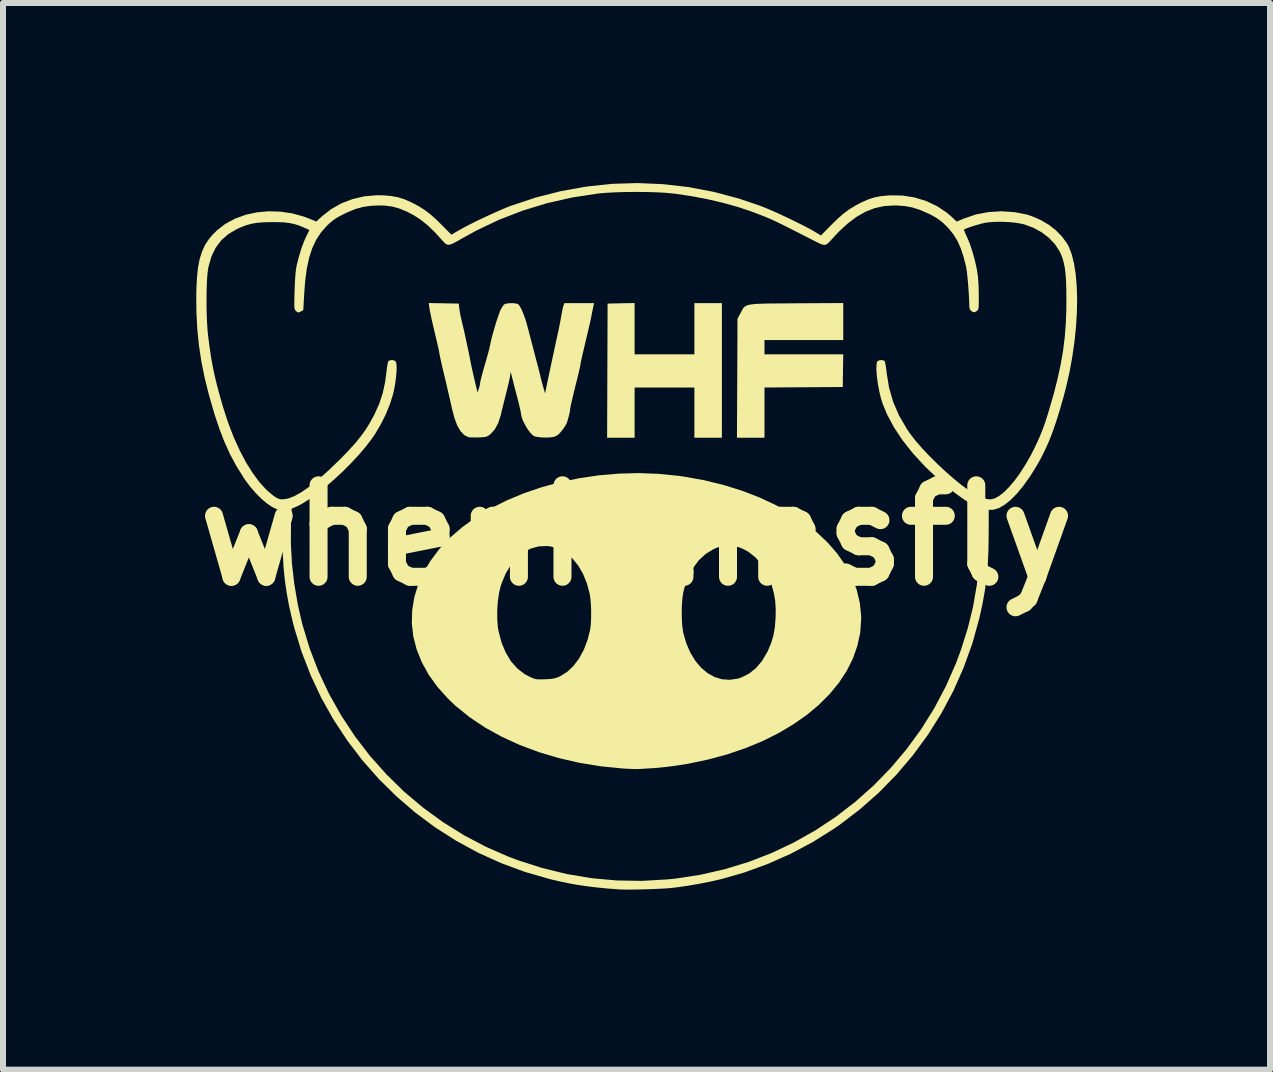
<source format=kicad_pcb>
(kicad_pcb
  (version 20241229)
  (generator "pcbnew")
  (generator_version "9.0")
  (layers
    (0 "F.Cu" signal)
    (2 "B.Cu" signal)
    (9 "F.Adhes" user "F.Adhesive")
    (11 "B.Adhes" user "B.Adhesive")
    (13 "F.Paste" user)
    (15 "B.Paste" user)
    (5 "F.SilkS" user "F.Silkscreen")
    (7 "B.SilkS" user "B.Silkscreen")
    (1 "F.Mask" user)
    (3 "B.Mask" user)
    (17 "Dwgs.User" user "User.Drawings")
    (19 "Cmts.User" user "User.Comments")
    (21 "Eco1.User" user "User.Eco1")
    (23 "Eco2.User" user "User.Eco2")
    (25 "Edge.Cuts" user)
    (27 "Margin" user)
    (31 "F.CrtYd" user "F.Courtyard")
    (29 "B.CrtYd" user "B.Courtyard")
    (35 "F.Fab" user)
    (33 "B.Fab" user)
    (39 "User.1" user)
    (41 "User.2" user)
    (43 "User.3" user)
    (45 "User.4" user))
  (footprint "whenhamsfly"
    (layer "F.Cu")
    (at 7.555 5.87)
    (property "Reference" "whenhamsfly" (at 0 0 0) (layer "F.SilkS") (effects (font (size 1.524 1.524) (thickness 0.3))))
    (attr board_only exclude_from_pos_files exclude_from_bom)
    (fp_poly (pts (xy -0.032 -3.017) (xy 0.964 -3.017) (xy 0.964 -3.87) (xy 1.422 -3.87) (xy 1.422 -1.627) (xy 0.964 -1.627) (xy 0.964 -2.464) (xy -0.032 -2.464) (xy -0.032 -1.627) (xy -0.49 -1.627) (xy -0.486 -2.745) (xy -0.482 -3.862) (xy -0.257 -3.867) (xy -0.032 -3.871)) (stroke (width 0) (type solid)) (fill yes) (layer "F.SilkS"))
    (fp_poly (pts (xy 3.444 -3.254) (xy 2.132 -3.254) (xy 2.132 -3.017) (xy 3.444 -3.017) (xy 3.44 -2.745) (xy 3.436 -2.472) (xy 2.784 -2.468) (xy 2.132 -2.464) (xy 2.132 -1.627) (xy 1.673 -1.627) (xy 1.678 -2.618) (xy 1.682 -3.609) (xy 1.733 -3.705) (xy 1.751 -3.739) (xy 1.767 -3.768) (xy 1.784 -3.792) (xy 1.803 -3.811) (xy 1.829 -3.827) (xy 1.864 -3.839) (xy 1.91 -3.848) (xy 1.97 -3.855) (xy 2.047 -3.859) (xy 2.143 -3.862) (xy 2.262 -3.864) (xy 2.405 -3.865) (xy 2.576 -3.866) (xy 2.666 -3.867) (xy 3.444 -3.871)) (stroke (width 0) (type solid)) (fill yes) (layer "F.SilkS"))
    (fp_poly (pts (xy 0.375 -1.025) (xy 0.709 -0.991) (xy 0.795 -0.979) (xy 1.132 -0.918) (xy 1.453 -0.839) (xy 1.758 -0.744) (xy 2.046 -0.633) (xy 2.315 -0.508) (xy 2.565 -0.369) (xy 2.794 -0.218) (xy 3.001 -0.054) (xy 3.185 0.12) (xy 3.345 0.304) (xy 3.48 0.498) (xy 3.588 0.699) (xy 3.669 0.908) (xy 3.72 1.123) (xy 3.742 1.343) (xy 3.743 1.396) (xy 3.727 1.619) (xy 3.68 1.838) (xy 3.605 2.051) (xy 3.502 2.257) (xy 3.372 2.455) (xy 3.217 2.644) (xy 3.037 2.824) (xy 2.834 2.993) (xy 2.609 3.15) (xy 2.363 3.296) (xy 2.098 3.428) (xy 1.814 3.545) (xy 1.512 3.648) (xy 1.195 3.734) (xy 0.862 3.804) (xy 0.656 3.837) (xy 0.558 3.85) (xy 0.454 3.862) (xy 0.356 3.872) (xy 0.277 3.878) (xy 0.276 3.878) (xy 0.2 3.882) (xy 0.126 3.887) (xy 0.067 3.891) (xy 0.047 3.892) (xy 0.003 3.893) (xy -0.063 3.892) (xy -0.142 3.888) (xy -0.221 3.884) (xy -0.589 3.848) (xy -0.948 3.79) (xy -1.295 3.71) (xy -1.628 3.611) (xy -1.946 3.492) (xy -2.245 3.355) (xy -2.524 3.201) (xy -2.781 3.029) (xy -3.013 2.842) (xy -3.143 2.718) (xy -3.318 2.523) (xy -3.463 2.321) (xy -3.578 2.113) (xy -3.663 1.901) (xy -3.719 1.684) (xy -3.744 1.466) (xy -3.738 1.258) (xy -2.321 1.258) (xy -2.32 1.402) (xy -2.31 1.533) (xy -2.299 1.595) (xy -2.249 1.785) (xy -2.179 1.953) (xy -2.092 2.098) (xy -1.986 2.217) (xy -1.864 2.311) (xy -1.799 2.346) (xy -1.744 2.372) (xy -1.702 2.388) (xy -1.663 2.397) (xy -1.615 2.399) (xy -1.55 2.398) (xy -1.524 2.397) (xy -1.444 2.393) (xy -1.385 2.385) (xy -1.335 2.373) (xy -1.286 2.353) (xy -1.272 2.346) (xy -1.156 2.274) (xy -1.05 2.174) (xy -0.957 2.05) (xy -0.878 1.904) (xy -0.815 1.738) (xy -0.773 1.572) (xy -0.763 1.494) (xy -0.757 1.394) (xy -0.756 1.283) (xy -0.756 1.274) (xy 0.753 1.274) (xy 0.755 1.397) (xy 0.762 1.512) (xy 0.776 1.607) (xy 0.779 1.625) (xy 0.83 1.8) (xy 0.898 1.956) (xy 0.981 2.092) (xy 1.077 2.205) (xy 1.183 2.294) (xy 1.3 2.359) (xy 1.423 2.397) (xy 1.552 2.406) (xy 1.684 2.387) (xy 1.747 2.367) (xy 1.875 2.303) (xy 1.99 2.211) (xy 2.091 2.091) (xy 2.178 1.944) (xy 2.188 1.924) (xy 2.242 1.796) (xy 2.28 1.669) (xy 2.304 1.534) (xy 2.317 1.378) (xy 2.317 1.374) (xy 2.319 1.223) (xy 2.31 1.089) (xy 2.288 0.962) (xy 2.252 0.829) (xy 2.241 0.798) (xy 2.173 0.632) (xy 2.087 0.488) (xy 1.984 0.369) (xy 1.866 0.275) (xy 1.788 0.232) (xy 1.734 0.208) (xy 1.689 0.193) (xy 1.642 0.185) (xy 1.581 0.182) (xy 1.532 0.182) (xy 1.458 0.183) (xy 1.403 0.187) (xy 1.359 0.198) (xy 1.312 0.216) (xy 1.279 0.231) (xy 1.151 0.31) (xy 1.037 0.415) (xy 0.94 0.546) (xy 0.86 0.7) (xy 0.798 0.875) (xy 0.779 0.95) (xy 0.765 1.04) (xy 0.756 1.152) (xy 0.753 1.274) (xy -0.756 1.274) (xy -0.759 1.171) (xy -0.767 1.067) (xy -0.779 0.982) (xy -0.779 0.979) (xy -0.826 0.803) (xy -0.89 0.644) (xy -0.97 0.505) (xy -1.065 0.388) (xy -1.172 0.294) (xy -1.29 0.227) (xy -1.417 0.187) (xy -1.491 0.177) (xy -1.63 0.183) (xy -1.761 0.219) (xy -1.883 0.283) (xy -1.994 0.374) (xy -2.093 0.491) (xy -2.178 0.632) (xy -2.247 0.796) (xy -2.268 0.861) (xy -2.294 0.978) (xy -2.312 1.114) (xy -2.321 1.258) (xy -3.738 1.258) (xy -3.738 1.247) (xy -3.702 1.028) (xy -3.635 0.811) (xy -3.537 0.597) (xy -3.434 0.425) (xy -3.283 0.224) (xy -3.104 0.035) (xy -2.9 -0.14) (xy -2.673 -0.303) (xy -2.426 -0.451) (xy -2.16 -0.584) (xy -1.877 -0.702) (xy -1.58 -0.803) (xy -1.272 -0.887) (xy -0.953 -0.953) (xy -0.627 -1.001) (xy -0.296 -1.029) (xy 0.039 -1.038)) (stroke (width 0) (type solid)) (fill yes) (layer "F.SilkS"))
    (fp_poly (pts (xy -2.962 -3.862) (xy -2.952 -3.775) (xy -2.943 -3.716) (xy -2.928 -3.642) (xy -2.911 -3.568) (xy -2.91 -3.562) (xy -2.892 -3.487) (xy -2.869 -3.389) (xy -2.845 -3.278) (xy -2.82 -3.162) (xy -2.796 -3.049) (xy -2.776 -2.949) (xy -2.765 -2.891) (xy -2.754 -2.835) (xy -2.737 -2.758) (xy -2.718 -2.671) (xy -2.698 -2.585) (xy -2.649 -2.381) (xy -2.628 -2.443) (xy -2.614 -2.49) (xy -2.607 -2.529) (xy -2.606 -2.535) (xy -2.604 -2.553) (xy -2.597 -2.585) (xy -2.585 -2.634) (xy -2.567 -2.702) (xy -2.542 -2.792) (xy -2.509 -2.907) (xy -2.471 -3.041) (xy -2.454 -3.107) (xy -2.438 -3.178) (xy -2.434 -3.199) (xy -2.419 -3.266) (xy -2.396 -3.353) (xy -2.369 -3.449) (xy -2.34 -3.547) (xy -2.31 -3.637) (xy -2.284 -3.711) (xy -2.27 -3.747) (xy -2.243 -3.797) (xy -2.216 -3.836) (xy -2.198 -3.853) (xy -2.159 -3.864) (xy -2.104 -3.869) (xy -2.045 -3.868) (xy -1.996 -3.861) (xy -1.97 -3.85) (xy -1.945 -3.819) (xy -1.915 -3.763) (xy -1.883 -3.687) (xy -1.851 -3.598) (xy -1.822 -3.5) (xy -1.813 -3.467) (xy -1.796 -3.4) (xy -1.772 -3.31) (xy -1.745 -3.206) (xy -1.717 -3.098) (xy -1.693 -3.009) (xy -1.668 -2.91) (xy -1.643 -2.817) (xy -1.622 -2.735) (xy -1.606 -2.67) (xy -1.597 -2.63) (xy -1.581 -2.568) (xy -1.562 -2.497) (xy -1.551 -2.459) (xy -1.524 -2.367) (xy -1.472 -2.617) (xy -1.438 -2.777) (xy -1.401 -2.951) (xy -1.363 -3.127) (xy -1.327 -3.294) (xy -1.301 -3.412) (xy -1.287 -3.479) (xy -1.271 -3.561) (xy -1.257 -3.641) (xy -1.255 -3.651) (xy -1.243 -3.719) (xy -1.23 -3.779) (xy -1.22 -3.821) (xy -1.217 -3.829) (xy -1.201 -3.87) (xy -0.707 -3.87) (xy -0.717 -3.827) (xy -0.725 -3.79) (xy -0.736 -3.734) (xy -0.749 -3.669) (xy -0.75 -3.661) (xy -0.761 -3.607) (xy -0.778 -3.53) (xy -0.8 -3.436) (xy -0.824 -3.332) (xy -0.85 -3.226) (xy -0.853 -3.213) (xy -0.876 -3.114) (xy -0.897 -3.025) (xy -0.914 -2.95) (xy -0.926 -2.895) (xy -0.932 -2.863) (xy -0.932 -2.859) (xy -0.936 -2.836) (xy -0.946 -2.787) (xy -0.962 -2.717) (xy -0.983 -2.631) (xy -1.007 -2.534) (xy -1.019 -2.486) (xy -1.044 -2.384) (xy -1.066 -2.291) (xy -1.085 -2.212) (xy -1.098 -2.151) (xy -1.105 -2.114) (xy -1.106 -2.106) (xy -1.11 -2.068) (xy -1.122 -2.011) (xy -1.139 -1.948) (xy -1.156 -1.889) (xy -1.166 -1.864) (xy -1.184 -1.83) (xy -1.214 -1.784) (xy -1.246 -1.742) (xy -1.292 -1.69) (xy -1.335 -1.658) (xy -1.378 -1.642) (xy -1.432 -1.633) (xy -1.501 -1.63) (xy -1.575 -1.632) (xy -1.643 -1.638) (xy -1.695 -1.649) (xy -1.715 -1.658) (xy -1.76 -1.698) (xy -1.808 -1.76) (xy -1.853 -1.834) (xy -1.892 -1.911) (xy -1.918 -1.983) (xy -1.926 -2.035) (xy -1.931 -2.063) (xy -1.942 -2.115) (xy -1.958 -2.184) (xy -1.978 -2.263) (xy -1.984 -2.287) (xy -2.008 -2.377) (xy -2.032 -2.468) (xy -2.052 -2.548) (xy -2.067 -2.609) (xy -2.069 -2.614) (xy -2.096 -2.725) (xy -2.107 -2.652) (xy -2.115 -2.61) (xy -2.129 -2.545) (xy -2.148 -2.466) (xy -2.169 -2.381) (xy -2.174 -2.36) (xy -2.198 -2.266) (xy -2.222 -2.17) (xy -2.244 -2.081) (xy -2.26 -2.011) (xy -2.261 -2.006) (xy -2.303 -1.874) (xy -2.361 -1.767) (xy -2.434 -1.686) (xy -2.445 -1.677) (xy -2.477 -1.656) (xy -2.508 -1.643) (xy -2.55 -1.636) (xy -2.61 -1.633) (xy -2.637 -1.632) (xy -2.703 -1.632) (xy -2.759 -1.633) (xy -2.797 -1.636) (xy -2.804 -1.638) (xy -2.871 -1.672) (xy -2.932 -1.736) (xy -2.987 -1.831) (xy -3.034 -1.955) (xy -3.074 -2.109) (xy -3.074 -2.109) (xy -3.09 -2.182) (xy -3.112 -2.278) (xy -3.138 -2.39) (xy -3.165 -2.508) (xy -3.193 -2.626) (xy -3.2 -2.656) (xy -3.225 -2.759) (xy -3.246 -2.852) (xy -3.264 -2.931) (xy -3.277 -2.992) (xy -3.284 -3.029) (xy -3.286 -3.038) (xy -3.289 -3.06) (xy -3.299 -3.108) (xy -3.315 -3.177) (xy -3.334 -3.261) (xy -3.357 -3.357) (xy -3.363 -3.383) (xy -3.387 -3.486) (xy -3.41 -3.583) (xy -3.428 -3.669) (xy -3.442 -3.738) (xy -3.45 -3.783) (xy -3.451 -3.788) (xy -3.461 -3.871)) (stroke (width 0) (type solid)) (fill yes) (layer "F.SilkS"))
    (fp_poly (pts (xy 0.443 -5.852) (xy 0.867 -5.803) (xy 1.288 -5.723) (xy 1.706 -5.612) (xy 2.053 -5.494) (xy 2.145 -5.458) (xy 2.256 -5.411) (xy 2.379 -5.356) (xy 2.508 -5.296) (xy 2.636 -5.234) (xy 2.756 -5.174) (xy 2.863 -5.119) (xy 2.949 -5.071) (xy 2.97 -5.059) (xy 3.072 -4.997) (xy 3.246 -5.174) (xy 3.353 -5.278) (xy 3.45 -5.363) (xy 3.546 -5.433) (xy 3.648 -5.496) (xy 3.742 -5.545) (xy 3.853 -5.595) (xy 3.958 -5.63) (xy 4.07 -5.652) (xy 4.199 -5.664) (xy 4.225 -5.666) (xy 4.433 -5.662) (xy 4.634 -5.63) (xy 4.826 -5.571) (xy 5.006 -5.486) (xy 5.168 -5.378) (xy 5.242 -5.315) (xy 5.335 -5.228) (xy 5.449 -5.277) (xy 5.651 -5.346) (xy 5.863 -5.387) (xy 6.082 -5.4) (xy 6.303 -5.385) (xy 6.502 -5.346) (xy 6.557 -5.328) (xy 6.629 -5.301) (xy 6.706 -5.267) (xy 6.745 -5.248) (xy 6.871 -5.174) (xy 6.989 -5.081) (xy 7.091 -4.976) (xy 7.172 -4.865) (xy 7.199 -4.816) (xy 7.25 -4.686) (xy 7.289 -4.53) (xy 7.317 -4.35) (xy 7.334 -4.151) (xy 7.341 -3.935) (xy 7.336 -3.705) (xy 7.321 -3.464) (xy 7.295 -3.216) (xy 7.258 -2.964) (xy 7.212 -2.711) (xy 7.154 -2.459) (xy 7.114 -2.306) (xy 7.05 -2.084) (xy 6.989 -1.889) (xy 6.929 -1.715) (xy 6.867 -1.558) (xy 6.801 -1.412) (xy 6.731 -1.273) (xy 6.652 -1.136) (xy 6.565 -0.996) (xy 6.548 -0.971) (xy 6.443 -0.824) (xy 6.338 -0.697) (xy 6.235 -0.592) (xy 6.135 -0.512) (xy 6.042 -0.457) (xy 5.955 -0.429) (xy 5.92 -0.426) (xy 5.868 -0.426) (xy 5.867 -0.012) (xy 5.863 0.248) (xy 5.852 0.484) (xy 5.832 0.707) (xy 5.803 0.923) (xy 5.764 1.142) (xy 5.714 1.371) (xy 5.709 1.39) (xy 5.595 1.801) (xy 5.451 2.2) (xy 5.28 2.588) (xy 5.081 2.961) (xy 4.857 3.319) (xy 4.607 3.66) (xy 4.333 3.983) (xy 4.037 4.286) (xy 3.718 4.567) (xy 3.379 4.826) (xy 3.285 4.89) (xy 2.933 5.111) (xy 2.563 5.307) (xy 2.18 5.477) (xy 1.788 5.619) (xy 1.422 5.724) (xy 1.239 5.766) (xy 1.047 5.804) (xy 0.857 5.837) (xy 0.677 5.863) (xy 0.561 5.876) (xy 0.484 5.882) (xy 0.387 5.887) (xy 0.277 5.892) (xy 0.16 5.896) (xy 0.043 5.899) (xy -0.068 5.901) (xy -0.166 5.901) (xy -0.245 5.9) (xy -0.292 5.898) (xy -0.496 5.882) (xy -0.676 5.864) (xy -0.837 5.844) (xy -0.987 5.822) (xy -1.132 5.796) (xy -1.279 5.765) (xy -1.435 5.728) (xy -1.453 5.724) (xy -1.861 5.606) (xy -2.256 5.46) (xy -2.637 5.288) (xy -3.003 5.089) (xy -3.353 4.866) (xy -3.685 4.619) (xy -3.999 4.349) (xy -4.293 4.059) (xy -4.567 3.748) (xy -4.818 3.419) (xy -5.047 3.072) (xy -5.251 2.709) (xy -5.429 2.33) (xy -5.581 1.937) (xy -5.705 1.531) (xy -5.734 1.414) (xy -5.787 1.185) (xy -5.827 0.969) (xy -5.858 0.758) (xy -5.88 0.543) (xy -5.893 0.316) (xy -5.898 0.069) (xy -5.899 -0.012) (xy -5.899 -0.426) (xy -5.94 -0.426) (xy -6.002 -0.44) (xy -6.077 -0.477) (xy -6.161 -0.535) (xy -6.25 -0.611) (xy -6.341 -0.702) (xy -6.431 -0.804) (xy -6.515 -0.915) (xy -6.547 -0.963) (xy -6.666 -1.155) (xy -6.771 -1.349) (xy -6.863 -1.551) (xy -6.948 -1.77) (xy -7.029 -2.012) (xy -7.037 -2.039) (xy -7.125 -2.344) (xy -7.196 -2.629) (xy -7.251 -2.902) (xy -7.291 -3.169) (xy -7.318 -3.435) (xy -7.332 -3.71) (xy -7.335 -3.925) (xy -7.335 -3.986) (xy -7.164 -3.986) (xy -7.164 -3.835) (xy -7.161 -3.684) (xy -7.155 -3.539) (xy -7.146 -3.405) (xy -7.134 -3.293) (xy -7.11 -3.114) (xy -7.086 -2.954) (xy -7.059 -2.807) (xy -7.029 -2.664) (xy -6.994 -2.517) (xy -6.952 -2.36) (xy -6.902 -2.184) (xy -6.878 -2.104) (xy -6.798 -1.86) (xy -6.708 -1.628) (xy -6.609 -1.412) (xy -6.505 -1.214) (xy -6.394 -1.038) (xy -6.281 -0.885) (xy -6.165 -0.758) (xy -6.061 -0.669) (xy -6.005 -0.631) (xy -5.962 -0.61) (xy -5.922 -0.601) (xy -5.898 -0.6) (xy -5.808 -0.613) (xy -5.704 -0.653) (xy -5.584 -0.719) (xy -5.449 -0.813) (xy -5.3 -0.932) (xy -5.134 -1.08) (xy -4.953 -1.254) (xy -4.928 -1.279) (xy -4.798 -1.413) (xy -4.689 -1.533) (xy -4.597 -1.646) (xy -4.517 -1.756) (xy -4.446 -1.87) (xy -4.379 -1.992) (xy -4.36 -2.03) (xy -4.283 -2.203) (xy -4.227 -2.376) (xy -4.188 -2.559) (xy -4.169 -2.705) (xy -4.16 -2.778) (xy -4.151 -2.84) (xy -4.141 -2.884) (xy -4.135 -2.903) (xy -4.104 -2.919) (xy -4.062 -2.921) (xy -4.024 -2.908) (xy -4.012 -2.898) (xy -4.001 -2.866) (xy -3.997 -2.809) (xy -3.998 -2.733) (xy -4.006 -2.643) (xy -4.019 -2.544) (xy -4.036 -2.444) (xy -4.058 -2.346) (xy -4.058 -2.346) (xy -4.107 -2.19) (xy -4.175 -2.023) (xy -4.258 -1.856) (xy -4.351 -1.697) (xy -4.412 -1.607) (xy -4.515 -1.473) (xy -4.634 -1.334) (xy -4.765 -1.194) (xy -4.903 -1.056) (xy -5.045 -0.925) (xy -5.188 -0.802) (xy -5.327 -0.692) (xy -5.459 -0.598) (xy -5.579 -0.523) (xy -5.673 -0.476) (xy -5.746 -0.445) (xy -5.757 -0.195) (xy -5.759 0.13) (xy -5.741 0.469) (xy -5.701 0.814) (xy -5.642 1.158) (xy -5.569 1.477) (xy -5.447 1.879) (xy -5.298 2.268) (xy -5.121 2.644) (xy -4.918 3.004) (xy -4.691 3.348) (xy -4.44 3.675) (xy -4.166 3.982) (xy -3.872 4.27) (xy -3.557 4.535) (xy -3.224 4.778) (xy -2.873 4.997) (xy -2.506 5.19) (xy -2.123 5.357) (xy -1.987 5.408) (xy -1.577 5.54) (xy -1.165 5.641) (xy -0.749 5.711) (xy -0.33 5.749) (xy 0.092 5.756) (xy 0.519 5.731) (xy 0.648 5.718) (xy 1.065 5.654) (xy 1.472 5.561) (xy 1.868 5.44) (xy 2.253 5.291) (xy 2.623 5.115) (xy 2.98 4.914) (xy 3.32 4.689) (xy 3.643 4.44) (xy 3.948 4.169) (xy 4.234 3.876) (xy 4.498 3.563) (xy 4.741 3.231) (xy 4.96 2.88) (xy 5.155 2.511) (xy 5.324 2.126) (xy 5.409 1.896) (xy 5.521 1.539) (xy 5.607 1.186) (xy 5.669 0.829) (xy 5.707 0.462) (xy 5.723 0.08) (xy 5.724 -0.008) (xy 5.723 -0.144) (xy 5.722 -0.251) (xy 5.719 -0.333) (xy 5.715 -0.393) (xy 5.71 -0.434) (xy 5.702 -0.459) (xy 5.692 -0.471) (xy 5.681 -0.474) (xy 5.654 -0.483) (xy 5.606 -0.507) (xy 5.545 -0.543) (xy 5.475 -0.587) (xy 5.402 -0.637) (xy 5.331 -0.688) (xy 5.291 -0.718) (xy 5.037 -0.93) (xy 4.808 -1.146) (xy 4.606 -1.365) (xy 4.432 -1.585) (xy 4.286 -1.805) (xy 4.17 -2.024) (xy 4.102 -2.19) (xy 4.073 -2.28) (xy 4.049 -2.38) (xy 4.028 -2.484) (xy 4.012 -2.588) (xy 4.001 -2.685) (xy 3.996 -2.771) (xy 3.998 -2.841) (xy 4.006 -2.888) (xy 4.015 -2.903) (xy 4.048 -2.919) (xy 4.09 -2.921) (xy 4.126 -2.91) (xy 4.134 -2.903) (xy 4.142 -2.879) (xy 4.151 -2.832) (xy 4.161 -2.768) (xy 4.167 -2.709) (xy 4.207 -2.462) (xy 4.276 -2.224) (xy 4.375 -1.995) (xy 4.505 -1.772) (xy 4.561 -1.691) (xy 4.648 -1.578) (xy 4.757 -1.453) (xy 4.881 -1.321) (xy 5.016 -1.188) (xy 5.154 -1.059) (xy 5.291 -0.939) (xy 5.422 -0.833) (xy 5.541 -0.748) (xy 5.656 -0.677) (xy 5.755 -0.63) (xy 5.842 -0.605) (xy 5.897 -0.6) (xy 5.964 -0.615) (xy 6.04 -0.656) (xy 6.124 -0.722) (xy 6.212 -0.811) (xy 6.303 -0.919) (xy 6.394 -1.045) (xy 6.484 -1.186) (xy 6.571 -1.339) (xy 6.633 -1.461) (xy 6.687 -1.575) (xy 6.731 -1.677) (xy 6.77 -1.776) (xy 6.808 -1.881) (xy 6.846 -2.001) (xy 6.872 -2.085) (xy 6.951 -2.358) (xy 7.015 -2.61) (xy 7.066 -2.846) (xy 7.106 -3.074) (xy 7.134 -3.299) (xy 7.152 -3.528) (xy 7.161 -3.768) (xy 7.162 -3.933) (xy 7.16 -4.102) (xy 7.156 -4.244) (xy 7.147 -4.363) (xy 7.134 -4.464) (xy 7.116 -4.551) (xy 7.093 -4.629) (xy 7.063 -4.702) (xy 7.046 -4.736) (xy 6.972 -4.851) (xy 6.872 -4.956) (xy 6.751 -5.049) (xy 6.615 -5.124) (xy 6.468 -5.179) (xy 6.429 -5.189) (xy 6.325 -5.208) (xy 6.204 -5.22) (xy 6.076 -5.225) (xy 5.951 -5.223) (xy 5.841 -5.213) (xy 5.798 -5.206) (xy 5.739 -5.192) (xy 5.669 -5.172) (xy 5.597 -5.15) (xy 5.531 -5.127) (xy 5.48 -5.108) (xy 5.453 -5.094) (xy 5.458 -5.08) (xy 5.473 -5.043) (xy 5.497 -4.991) (xy 5.511 -4.958) (xy 5.556 -4.851) (xy 5.598 -4.723) (xy 5.636 -4.585) (xy 5.667 -4.449) (xy 5.686 -4.329) (xy 5.692 -4.259) (xy 5.698 -4.17) (xy 5.701 -4.073) (xy 5.702 -3.978) (xy 5.702 -3.977) (xy 5.702 -3.891) (xy 5.701 -3.83) (xy 5.698 -3.79) (xy 5.692 -3.765) (xy 5.683 -3.75) (xy 5.669 -3.738) (xy 5.663 -3.734) (xy 5.632 -3.718) (xy 5.608 -3.72) (xy 5.584 -3.734) (xy 5.555 -3.763) (xy 5.544 -3.805) (xy 5.544 -3.819) (xy 5.542 -3.904) (xy 5.537 -4.003) (xy 5.53 -4.109) (xy 5.522 -4.216) (xy 5.512 -4.315) (xy 5.503 -4.399) (xy 5.493 -4.462) (xy 5.49 -4.48) (xy 5.447 -4.646) (xy 5.4 -4.787) (xy 5.346 -4.907) (xy 5.282 -5.011) (xy 5.207 -5.106) (xy 5.162 -5.153) (xy 5.102 -5.211) (xy 5.047 -5.255) (xy 4.989 -5.294) (xy 4.918 -5.334) (xy 4.862 -5.362) (xy 4.725 -5.422) (xy 4.598 -5.463) (xy 4.469 -5.487) (xy 4.328 -5.497) (xy 4.285 -5.497) (xy 4.121 -5.486) (xy 3.965 -5.451) (xy 3.813 -5.392) (xy 3.664 -5.306) (xy 3.515 -5.194) (xy 3.363 -5.053) (xy 3.243 -4.922) (xy 3.201 -4.877) (xy 3.168 -4.85) (xy 3.135 -4.839) (xy 3.095 -4.845) (xy 3.042 -4.867) (xy 2.97 -4.903) (xy 2.807 -4.986) (xy 2.67 -5.056) (xy 2.553 -5.115) (xy 2.455 -5.165) (xy 2.371 -5.206) (xy 2.299 -5.24) (xy 2.234 -5.27) (xy 2.173 -5.296) (xy 2.114 -5.32) (xy 2.052 -5.344) (xy 1.985 -5.37) (xy 1.908 -5.398) (xy 1.898 -5.402) (xy 1.678 -5.475) (xy 1.436 -5.542) (xy 1.178 -5.602) (xy 0.915 -5.652) (xy 0.653 -5.691) (xy 0.608 -5.696) (xy 0.482 -5.708) (xy 0.333 -5.716) (xy 0.167 -5.721) (xy -0.006 -5.722) (xy -0.18 -5.721) (xy -0.347 -5.716) (xy -0.499 -5.708) (xy -0.628 -5.697) (xy -0.64 -5.696) (xy -1.072 -5.63) (xy -1.49 -5.535) (xy -1.896 -5.411) (xy -2.29 -5.259) (xy -2.672 -5.077) (xy -2.899 -4.952) (xy -2.986 -4.902) (xy -3.051 -4.867) (xy -3.1 -4.847) (xy -3.136 -4.841) (xy -3.167 -4.849) (xy -3.195 -4.871) (xy -3.228 -4.906) (xy -3.243 -4.922) (xy -3.365 -5.056) (xy -3.479 -5.165) (xy -3.59 -5.255) (xy -3.703 -5.329) (xy -3.823 -5.393) (xy -3.828 -5.395) (xy -3.954 -5.447) (xy -4.074 -5.48) (xy -4.2 -5.495) (xy -4.285 -5.497) (xy -4.43 -5.491) (xy -4.559 -5.472) (xy -4.683 -5.438) (xy -4.814 -5.384) (xy -4.864 -5.36) (xy -4.949 -5.317) (xy -5.014 -5.279) (xy -5.068 -5.24) (xy -5.122 -5.193) (xy -5.167 -5.15) (xy -5.26 -5.043) (xy -5.338 -4.923) (xy -5.402 -4.786) (xy -5.453 -4.631) (xy -5.492 -4.453) (xy -5.519 -4.251) (xy -5.534 -4.068) (xy -5.552 -3.753) (xy -5.595 -3.729) (xy -5.627 -3.714) (xy -5.65 -3.719) (xy -5.672 -3.736) (xy -5.683 -3.748) (xy -5.692 -3.762) (xy -5.698 -3.782) (xy -5.701 -3.813) (xy -5.702 -3.859) (xy -5.701 -3.926) (xy -5.699 -4.018) (xy -5.697 -4.075) (xy -5.692 -4.206) (xy -5.685 -4.321) (xy -5.676 -4.416) (xy -5.665 -4.485) (xy -5.663 -4.494) (xy -5.626 -4.641) (xy -5.584 -4.78) (xy -5.538 -4.903) (xy -5.503 -4.981) (xy -5.45 -5.088) (xy -5.535 -5.126) (xy -5.622 -5.162) (xy -5.702 -5.187) (xy -5.783 -5.204) (xy -5.873 -5.215) (xy -5.981 -5.219) (xy -6.066 -5.22) (xy -6.2 -5.217) (xy -6.311 -5.209) (xy -6.407 -5.194) (xy -6.496 -5.17) (xy -6.586 -5.136) (xy -6.663 -5.101) (xy -6.803 -5.018) (xy -6.919 -4.916) (xy -7.011 -4.794) (xy -7.081 -4.651) (xy -7.129 -4.485) (xy -7.135 -4.458) (xy -7.147 -4.371) (xy -7.156 -4.26) (xy -7.161 -4.129) (xy -7.164 -3.986) (xy -7.335 -3.986) (xy -7.332 -4.133) (xy -7.322 -4.314) (xy -7.305 -4.47) (xy -7.278 -4.606) (xy -7.241 -4.724) (xy -7.194 -4.829) (xy -7.134 -4.924) (xy -7.061 -5.012) (xy -6.987 -5.085) (xy -6.848 -5.192) (xy -6.689 -5.277) (xy -6.514 -5.341) (xy -6.327 -5.382) (xy -6.133 -5.4) (xy -5.934 -5.394) (xy -5.735 -5.365) (xy -5.541 -5.311) (xy -5.452 -5.277) (xy -5.335 -5.229) (xy -5.242 -5.315) (xy -5.089 -5.435) (xy -4.918 -5.532) (xy -4.732 -5.603) (xy -4.535 -5.649) (xy -4.33 -5.667) (xy -4.225 -5.666) (xy -4.093 -5.655) (xy -3.98 -5.635) (xy -3.875 -5.603) (xy -3.766 -5.556) (xy -3.738 -5.542) (xy -3.625 -5.482) (xy -3.527 -5.42) (xy -3.435 -5.35) (xy -3.341 -5.266) (xy -3.253 -5.18) (xy -3.085 -5.01) (xy -2.976 -5.074) (xy -2.888 -5.123) (xy -2.778 -5.181) (xy -2.653 -5.243) (xy -2.52 -5.306) (xy -2.387 -5.367) (xy -2.261 -5.423) (xy -2.149 -5.47) (xy -2.085 -5.494) (xy -1.672 -5.631) (xy -1.254 -5.737) (xy -0.832 -5.812) (xy -0.408 -5.857) (xy 0.017 -5.87)) (stroke (width 0) (type solid)) (fill yes) (layer "F.SilkS")))
  (gr_rect
    (start -3 -3)
    (end 18.109 14.771)
    (stroke (width 0.1) (type default))
    (fill no)
    (layer "Edge.Cuts")))
</source>
